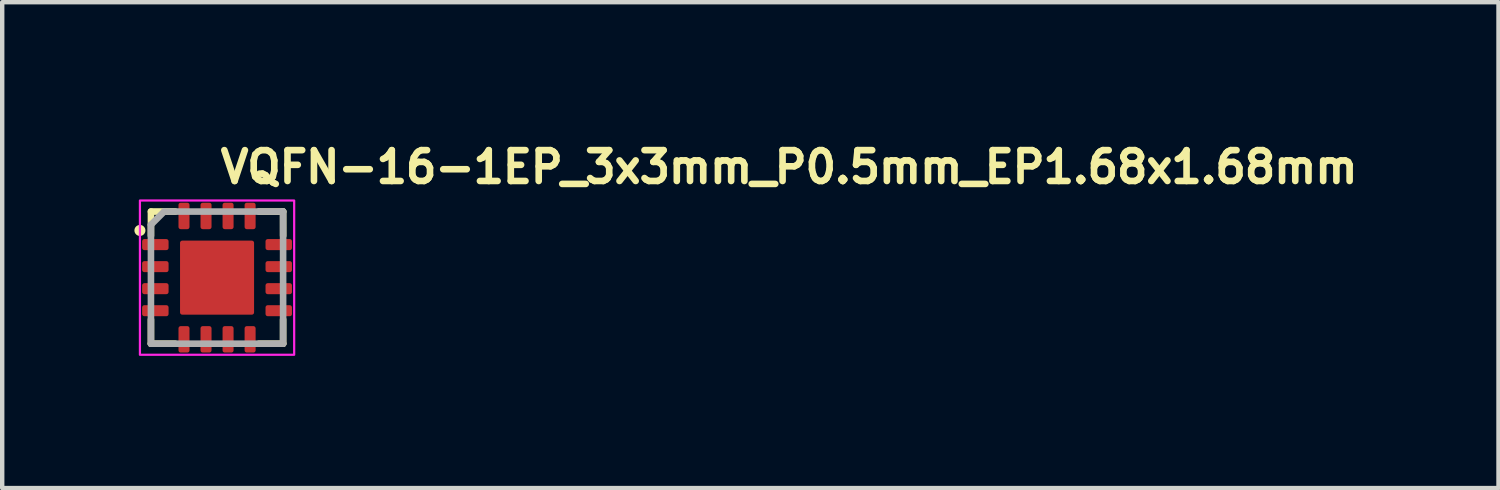
<source format=kicad_pcb>
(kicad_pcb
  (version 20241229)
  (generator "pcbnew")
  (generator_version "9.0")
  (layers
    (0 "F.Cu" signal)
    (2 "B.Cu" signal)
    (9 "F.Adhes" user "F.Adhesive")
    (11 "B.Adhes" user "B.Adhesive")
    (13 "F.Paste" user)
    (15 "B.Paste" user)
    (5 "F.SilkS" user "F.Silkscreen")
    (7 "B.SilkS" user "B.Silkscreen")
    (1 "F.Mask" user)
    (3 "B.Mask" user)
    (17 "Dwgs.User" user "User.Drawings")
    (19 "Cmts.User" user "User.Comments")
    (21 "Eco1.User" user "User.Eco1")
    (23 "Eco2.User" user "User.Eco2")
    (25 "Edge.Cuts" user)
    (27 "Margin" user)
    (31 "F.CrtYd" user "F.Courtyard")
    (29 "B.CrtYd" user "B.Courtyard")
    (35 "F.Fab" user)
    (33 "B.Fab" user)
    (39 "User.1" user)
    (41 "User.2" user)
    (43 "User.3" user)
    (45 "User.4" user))
  (footprint "VQFN-16-1EP_3x3mm_P0.5mm_EP1.68x1.68mm"
    (layer "F.Cu")
    (at 1.875 3.25)
    (property "Reference" "VQFN-16-1EP_3x3mm_P0.5mm_EP1.68x1.68mm" (at 0 -2.1 0) (layer "F.SilkS") (effects (font (size 0.7 0.7) (thickness 0.15)) (justify left bottom)))
    (attr smd)
    (fp_line (start -1.5 -1.5) (end -1.5 -0.951) (stroke (width 0.15) (type solid)) (layer "F.SilkS"))
    (fp_line (start -1.5 1.499) (end -1.5 0.95) (stroke (width 0.15) (type solid)) (layer "F.SilkS"))
    (fp_line (start -1.5 1.499) (end -0.951 1.499) (stroke (width 0.15) (type solid)) (layer "F.SilkS"))
    (fp_line (start -0.95 -1.501) (end -1.5 -1.5) (stroke (width 0.15) (type solid)) (layer "F.SilkS"))
    (fp_line (start 0.95 1.499) (end 1.499 1.499) (stroke (width 0.15) (type solid)) (layer "F.SilkS"))
    (fp_line (start 1.499 -1.5) (end 0.95 -1.5) (stroke (width 0.15) (type solid)) (layer "F.SilkS"))
    (fp_line (start 1.499 0.95) (end 1.499 1.499) (stroke (width 0.15) (type solid)) (layer "F.SilkS"))
    (fp_line (start 1.5 -0.95) (end 1.499 -1.5) (stroke (width 0.15) (type solid)) (layer "F.SilkS"))
    (fp_circle (center -1.75 -1.071) (end -1.7 -1.071) (stroke (width 0.15) (type solid)) (fill yes) (layer "F.SilkS"))
    (fp_rect (start -1.75 -1.75) (end 1.75 1.75) (stroke (width 0.05) (type solid)) (fill no) (layer "F.CrtYd"))
    (fp_line (start -1.5 -1.2) (end -1.5 1.499) (stroke (width 0.15) (type solid)) (layer "F.Fab"))
    (fp_line (start -1.5 -1.2) (end -1.2 -1.5) (stroke (width 0.15) (type solid)) (layer "F.Fab"))
    (fp_line (start -1.2 -1.5) (end 1.499 -1.5) (stroke (width 0.15) (type solid)) (layer "F.Fab"))
    (fp_line (start 1.499 1.499) (end -1.5 1.499) (stroke (width 0.15) (type solid)) (layer "F.Fab"))
    (fp_line (start 1.499 1.499) (end 1.499 -1.5) (stroke (width 0.15) (type solid)) (layer "F.Fab"))
    (fp_rect (start -1.5 -1.5) (end 1.499 1.499) (stroke (width 0.1) (type solid)) (fill no) (layer "User.5"))
    (fp_line (start -1.5 -1.5) (end -1.5 1.499) (stroke (width 0.02) (type solid)) (layer "User.9"))
    (fp_line (start -1.5 1.499) (end 1.499 1.499) (stroke (width 0.02) (type solid)) (layer "User.9"))
    (fp_line (start 1.499 -1.5) (end -1.5 -1.5) (stroke (width 0.02) (type solid)) (layer "User.9"))
    (fp_line (start 1.499 1.499) (end 1.499 -1.5) (stroke (width 0.02) (type solid)) (layer "User.9"))
    (pad "1" smd roundrect (at -1.4 -0.75) (size 0.6 0.25) (layers "F.Cu" "F.Mask" "F.Paste") (roundrect_rratio 0.2))
    (pad "2" smd roundrect (at -1.4 -0.25) (size 0.6 0.25) (layers "F.Cu" "F.Mask" "F.Paste") (roundrect_rratio 0.2))
    (pad "3" smd roundrect (at -1.4 0.25) (size 0.6 0.25) (layers "F.Cu" "F.Mask" "F.Paste") (roundrect_rratio 0.2))
    (pad "4" smd roundrect (at -1.4 0.75) (size 0.6 0.25) (layers "F.Cu" "F.Mask" "F.Paste") (roundrect_rratio 0.2))
    (pad "5" smd roundrect (at -0.75 1.4 90) (size 0.6 0.25) (layers "F.Cu" "F.Mask" "F.Paste") (roundrect_rratio 0.2))
    (pad "6" smd roundrect (at -0.25 1.4 90) (size 0.6 0.25) (layers "F.Cu" "F.Mask" "F.Paste") (roundrect_rratio 0.2))
    (pad "7" smd roundrect (at 0.25 1.4 90) (size 0.6 0.25) (layers "F.Cu" "F.Mask" "F.Paste") (roundrect_rratio 0.2))
    (pad "8" smd roundrect (at 0.75 1.4 90) (size 0.6 0.25) (layers "F.Cu" "F.Mask" "F.Paste") (roundrect_rratio 0.2))
    (pad "9" smd roundrect (at 1.4 0.75 180) (size 0.6 0.25) (layers "F.Cu" "F.Mask" "F.Paste") (roundrect_rratio 0.2))
    (pad "10" smd roundrect (at 1.4 0.25 180) (size 0.6 0.25) (layers "F.Cu" "F.Mask" "F.Paste") (roundrect_rratio 0.2))
    (pad "11" smd roundrect (at 1.4 -0.25 180) (size 0.6 0.25) (layers "F.Cu" "F.Mask" "F.Paste") (roundrect_rratio 0.2))
    (pad "12" smd roundrect (at 1.4 -0.75 180) (size 0.6 0.25) (layers "F.Cu" "F.Mask" "F.Paste") (roundrect_rratio 0.2))
    (pad "13" smd roundrect (at 0.75 -1.4 270) (size 0.6 0.25) (layers "F.Cu" "F.Mask" "F.Paste") (roundrect_rratio 0.2))
    (pad "14" smd roundrect (at 0.25 -1.4 270) (size 0.6 0.25) (layers "F.Cu" "F.Mask" "F.Paste") (roundrect_rratio 0.2))
    (pad "15" smd roundrect (at -0.25 -1.4 270) (size 0.6 0.25) (layers "F.Cu" "F.Mask" "F.Paste") (roundrect_rratio 0.2))
    (pad "16" smd roundrect (at -0.75 -1.4 270) (size 0.6 0.25) (layers "F.Cu" "F.Mask" "F.Paste") (roundrect_rratio 0.2))
    (pad "17" smd roundrect (at 0 0) (size 1.68 1.68) (layers "F.Cu" "F.Mask" "F.Paste") (roundrect_rratio 0.03)))
  (gr_rect
    (start -3 -3)
    (end 30.952 8.025)
    (stroke (width 0.1) (type default))
    (fill no)
    (layer "Edge.Cuts")))
</source>
